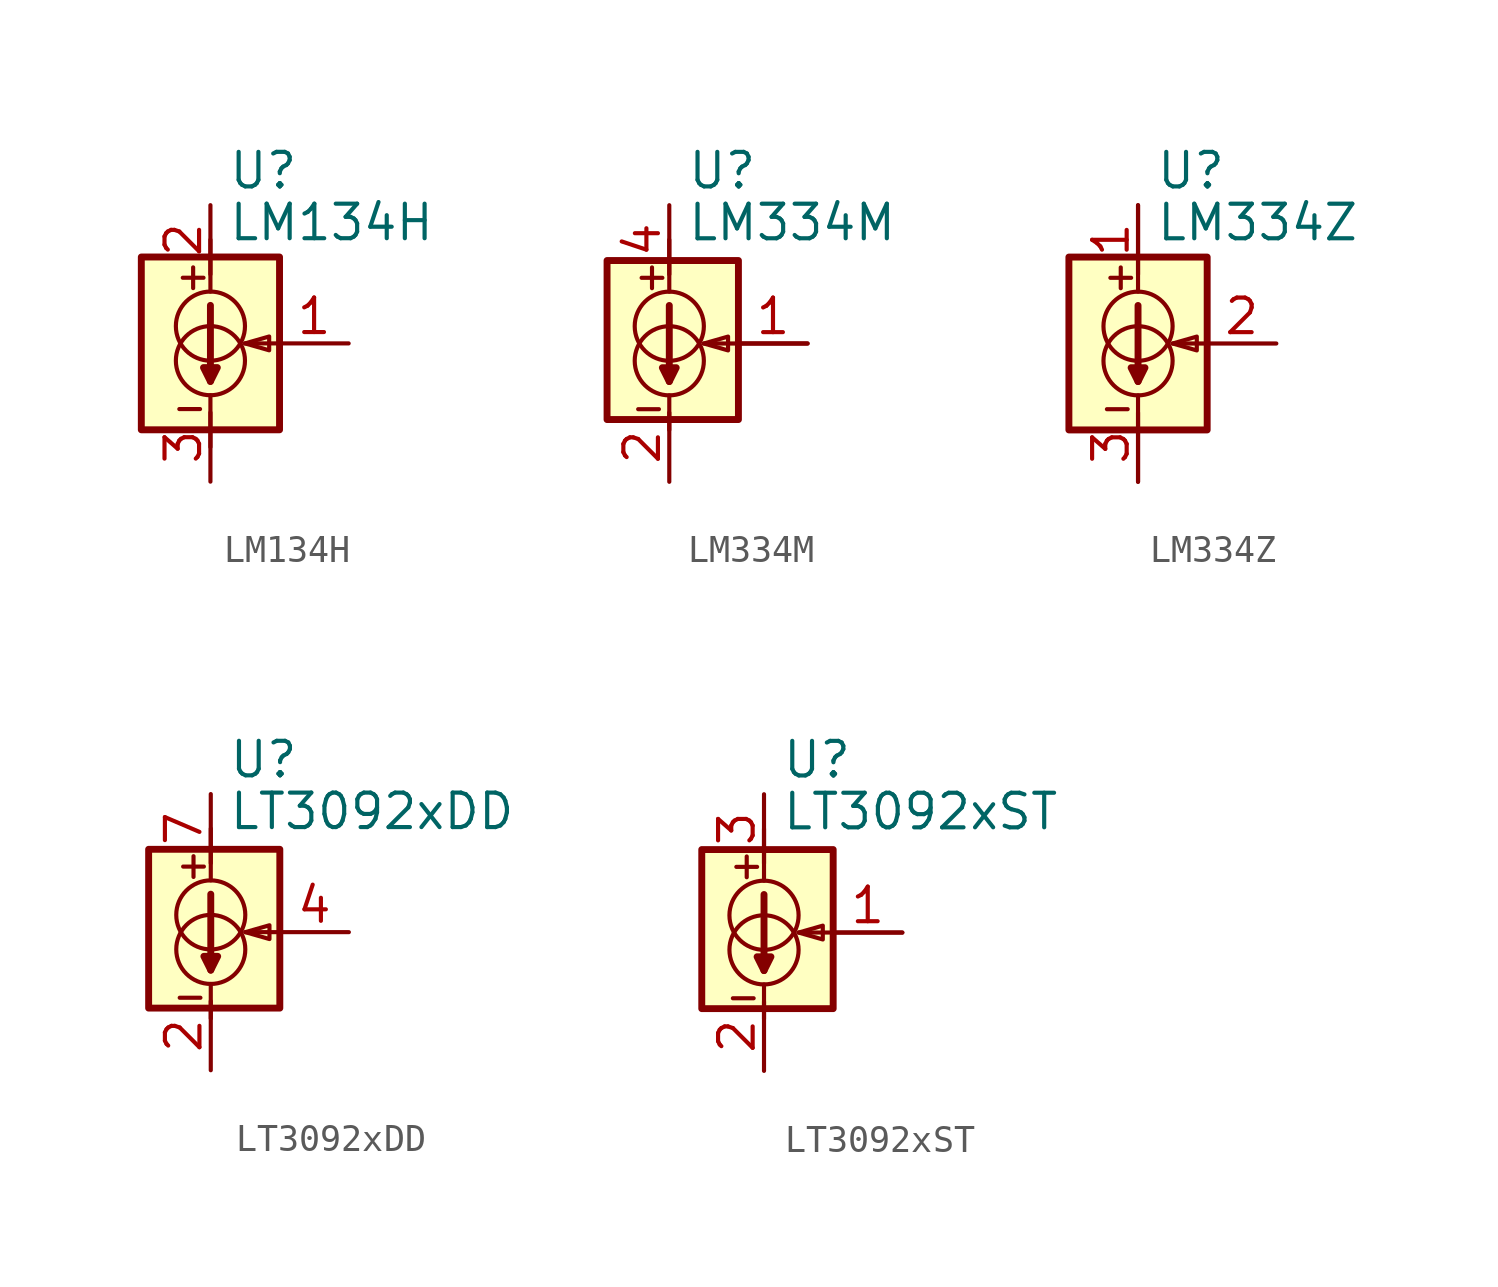
<source format=kicad_sym>
(kicad_symbol_lib
  (version 20201005)
  (generator kicad_symbol_editor)
  (symbol "LM134H"
    (property "Reference" "U"
      (at 0.635 6.35 0)
      (effects (font (size 1.27 1.27)) (justify left)))
    (property "Value" "LM134H"
      (at 0.635 4.445 0)
      (effects (font (size 1.27 1.27)) (justify left)))
    (symbol "LM134H_0_1"
      (circle (center 0 -0.635) (radius 1.27) (stroke (width 0)) (fill (type none)))
      (circle (center 0 0.635) (radius 1.27) (stroke (width 0)) (fill (type none)))
      (rectangle (start -2.54 3.175) (end 2.54 -3.175) (stroke (width 0.254)) (fill (type background)))
      (polyline (pts (xy -1.143 -2.413) (xy -0.381 -2.413)) (stroke (width 0)) (fill (type none)))
      (polyline (pts (xy -1.016 2.413) (xy -0.254 2.413)) (stroke (width 0)) (fill (type none)))
      (polyline (pts (xy -0.635 2.794) (xy -0.635 2.032)) (stroke (width 0)) (fill (type none)))
      (polyline (pts (xy 0 -1.905) (xy 0 -3.81)) (stroke (width 0)) (fill (type none)))
      (polyline (pts (xy 0 1.397) (xy 0 -1.397)) (stroke (width 0.254)) (fill (type none)))
      (polyline (pts (xy 0 3.81) (xy 0 1.905)) (stroke (width 0)) (fill (type none)))
      (polyline (pts (xy 2.54 0) (xy 1.27 0)) (stroke (width 0)) (fill (type none)))
      (polyline (pts (xy 0 -1.397) (xy -0.254 -0.889) (xy 0.254 -0.889) (xy 0 -1.397)) (stroke (width 0.254)) (fill (type none)))
      (polyline (pts (xy 1.27 0) (xy 2.159 0.254) (xy 2.159 -0.254) (xy 1.27 0)) (stroke (width 0)) (fill (type none))))
    (symbol "LM134H_1_1"
      (pin passive line (at 5.08 0 180) (length 2.54) (name "~" (effects (font (size 1.27 1.27)))) (number "1" (effects (font (size 1.27 1.27)))))
      (pin passive line (at 0 5.08 270) (length 2.54) (name "~" (effects (font (size 1.27 1.27)))) (number "2" (effects (font (size 1.27 1.27)))))
      (pin passive line (at 0 -5.08 90) (length 2.54) (name "~" (effects (font (size 1.27 1.27)))) (number "3" (effects (font (size 1.27 1.27)))))))
  (symbol "LM334M"
    (property "Reference" "U"
      (at 0.635 6.35 0)
      (effects (font (size 1.27 1.27)) (justify left)))
    (property "Value" "LM334M"
      (at 0.635 4.445 0)
      (effects (font (size 1.27 1.27)) (justify left)))
    (symbol "LM334M_0_1"
      (circle (center 0 -0.635) (radius 1.27) (stroke (width 0)) (fill (type none)))
      (circle (center 0 0.635) (radius 1.27) (stroke (width 0)) (fill (type none)))
      (rectangle (start -2.286 3.048) (end 2.54 -2.794) (stroke (width 0.254)) (fill (type background)))
      (polyline (pts (xy -1.143 -2.413) (xy -0.381 -2.413)) (stroke (width 0)) (fill (type none)))
      (polyline (pts (xy -1.016 2.413) (xy -0.254 2.413)) (stroke (width 0)) (fill (type none)))
      (polyline (pts (xy -0.635 2.794) (xy -0.635 2.032)) (stroke (width 0)) (fill (type none)))
      (polyline (pts (xy 0 -1.905) (xy 0 -3.175)) (stroke (width 0)) (fill (type none)))
      (polyline (pts (xy 0 1.397) (xy 0 -1.397)) (stroke (width 0.254)) (fill (type none)))
      (polyline (pts (xy 0 3.81) (xy 0 1.905)) (stroke (width 0)) (fill (type none)))
      (polyline (pts (xy 5.08 0) (xy 1.27 0)) (stroke (width 0)) (fill (type none)))
      (polyline (pts (xy 0 -1.397) (xy -0.254 -0.889) (xy 0.254 -0.889) (xy 0 -1.397)) (stroke (width 0.254)) (fill (type none)))
      (polyline (pts (xy 1.27 0) (xy 2.159 0.254) (xy 2.159 -0.254) (xy 1.27 0)) (stroke (width 0)) (fill (type none))))
    (symbol "LM334M_1_1"
      (pin passive line (at 5.08 0 180) (length 2.54) (name "~" (effects (font (size 1.27 1.27)))) (number "1" (effects (font (size 1.27 1.27)))))
      (pin passive line (at 0 -5.08 90) (length 2.54) (name "~" (effects (font (size 1.27 1.27)))) (number "2" (effects (font (size 1.27 1.27)))))
      (pin passive line (at 0 -5.08 90) (length 2.54) hide (name "~" (effects (font (size 1.27 1.27)))) (number "3" (effects (font (size 1.27 1.27)))))
      (pin passive line (at 0 5.08 270) (length 2.54) (name "~" (effects (font (size 1.27 1.27)))) (number "4" (effects (font (size 1.27 1.27)))))
      (pin passive line (at 0 -5.08 90) (length 2.54) hide (name "~" (effects (font (size 1.27 1.27)))) (number "6" (effects (font (size 1.27 1.27)))))
      (pin passive line (at 0 -5.08 90) (length 2.54) hide (name "~" (effects (font (size 1.27 1.27)))) (number "7" (effects (font (size 1.27 1.27)))))))
  (symbol "LM334Z"
    (property "Reference" "U"
      (at 0.635 6.35 0)
      (effects (font (size 1.27 1.27)) (justify left)))
    (property "Value" "LM334Z"
      (at 0.635 4.445 0)
      (effects (font (size 1.27 1.27)) (justify left)))
    (symbol "LM334Z_0_1"
      (circle (center 0 -0.635) (radius 1.27) (stroke (width 0)) (fill (type none)))
      (circle (center 0 0.635) (radius 1.27) (stroke (width 0)) (fill (type none)))
      (rectangle (start -2.54 3.175) (end 2.54 -3.175) (stroke (width 0.254)) (fill (type background)))
      (polyline (pts (xy -1.143 -2.413) (xy -0.381 -2.413)) (stroke (width 0)) (fill (type none)))
      (polyline (pts (xy -1.016 2.413) (xy -0.254 2.413)) (stroke (width 0)) (fill (type none)))
      (polyline (pts (xy -0.635 2.794) (xy -0.635 2.032)) (stroke (width 0)) (fill (type none)))
      (polyline (pts (xy 0 -1.905) (xy 0 -5.08)) (stroke (width 0)) (fill (type none)))
      (polyline (pts (xy 0 1.397) (xy 0 -1.397)) (stroke (width 0.254)) (fill (type none)))
      (polyline (pts (xy 0 5.08) (xy 0 1.905)) (stroke (width 0)) (fill (type none)))
      (polyline (pts (xy 2.54 0) (xy 1.27 0)) (stroke (width 0)) (fill (type none)))
      (polyline (pts (xy 0 -1.397) (xy -0.254 -0.889) (xy 0.254 -0.889) (xy 0 -1.397)) (stroke (width 0.254)) (fill (type none)))
      (polyline (pts (xy 1.27 0) (xy 2.159 0.254) (xy 2.159 -0.254) (xy 1.27 0)) (stroke (width 0)) (fill (type none))))
    (symbol "LM334Z_1_1"
      (pin passive line (at 0 5.08 270) (length 2.54) (name "~" (effects (font (size 1.27 1.27)))) (number "1" (effects (font (size 1.27 1.27)))))
      (pin passive line (at 5.08 0 180) (length 2.54) (name "~" (effects (font (size 1.27 1.27)))) (number "2" (effects (font (size 1.27 1.27)))))
      (pin passive line (at 0 -5.08 90) (length 2.54) (name "~" (effects (font (size 1.27 1.27)))) (number "3" (effects (font (size 1.27 1.27)))))))
  (symbol "LT3092xDD"
    (property "Reference" "U"
      (at 0.635 6.35 0)
      (effects (font (size 1.27 1.27)) (justify left)))
    (property "Value" "LT3092xDD"
      (at 0.635 4.445 0)
      (effects (font (size 1.27 1.27)) (justify left)))
    (symbol "LT3092xDD_0_1"
      (circle (center 0 -0.635) (radius 1.27) (stroke (width 0)) (fill (type none)))
      (circle (center 0 0.635) (radius 1.27) (stroke (width 0)) (fill (type none)))
      (rectangle (start -2.286 3.048) (end 2.54 -2.794) (stroke (width 0.254)) (fill (type background)))
      (polyline (pts (xy -1.143 -2.413) (xy -0.381 -2.413)) (stroke (width 0)) (fill (type none)))
      (polyline (pts (xy -1.016 2.413) (xy -0.254 2.413)) (stroke (width 0)) (fill (type none)))
      (polyline (pts (xy -0.635 2.794) (xy -0.635 2.032)) (stroke (width 0)) (fill (type none)))
      (polyline (pts (xy 0 -1.905) (xy 0 -3.175)) (stroke (width 0)) (fill (type none)))
      (polyline (pts (xy 0 1.397) (xy 0 -1.397)) (stroke (width 0.254)) (fill (type none)))
      (polyline (pts (xy 0 3.81) (xy 0 1.905)) (stroke (width 0)) (fill (type none)))
      (polyline (pts (xy 2.54 0) (xy 1.27 0)) (stroke (width 0)) (fill (type none)))
      (polyline (pts (xy 0 -1.397) (xy -0.254 -0.889) (xy 0.254 -0.889) (xy 0 -1.397)) (stroke (width 0.254)) (fill (type none)))
      (polyline (pts (xy 1.27 0) (xy 2.159 0.254) (xy 2.159 -0.254) (xy 1.27 0)) (stroke (width 0)) (fill (type none))))
    (symbol "LT3092xDD_1_1"
      (pin passive line (at 0 -5.08 90) (length 2.54) hide (name "~" (effects (font (size 1.27 1.27)))) (number "1" (effects (font (size 1.27 1.27)))))
      (pin passive line (at 0 -5.08 90) (length 2.54) (name "~" (effects (font (size 1.27 1.27)))) (number "2" (effects (font (size 1.27 1.27)))))
      (pin no_connect line (at -1.27 2.54 0) (length 2.54) hide (name "NC" (effects (font (size 1.27 1.27)))) (number "3" (effects (font (size 1.27 1.27)))))
      (pin passive line (at 5.08 0 180) (length 2.54) (name "~" (effects (font (size 1.27 1.27)))) (number "4" (effects (font (size 1.27 1.27)))))
      (pin no_connect line (at -1.27 0 0) (length 2.54) hide (name "NC" (effects (font (size 1.27 1.27)))) (number "5" (effects (font (size 1.27 1.27)))))
      (pin no_connect line (at -1.27 -2.54 0) (length 2.54) hide (name "NC" (effects (font (size 1.27 1.27)))) (number "6" (effects (font (size 1.27 1.27)))))
      (pin passive line (at 0 5.08 270) (length 2.54) (name "~" (effects (font (size 1.27 1.27)))) (number "7" (effects (font (size 1.27 1.27)))))
      (pin passive line (at 0 5.08 270) (length 2.54) hide (name "~" (effects (font (size 1.27 1.27)))) (number "8" (effects (font (size 1.27 1.27)))))
      (pin passive line (at 0 -5.08 90) (length 2.54) hide (name "~" (effects (font (size 1.27 1.27)))) (number "9" (effects (font (size 1.27 1.27)))))))
  (symbol "LT3092xST"
    (property "Reference" "U"
      (at 0.635 6.35 0)
      (effects (font (size 1.27 1.27)) (justify left)))
    (property "Value" "LT3092xST"
      (at 0.635 4.445 0)
      (effects (font (size 1.27 1.27)) (justify left)))
    (symbol "LT3092xST_0_1"
      (circle (center 0 -0.635) (radius 1.27) (stroke (width 0)) (fill (type none)))
      (circle (center 0 0.635) (radius 1.27) (stroke (width 0)) (fill (type none)))
      (rectangle (start -2.286 3.048) (end 2.54 -2.794) (stroke (width 0.254)) (fill (type background)))
      (polyline (pts (xy -1.143 -2.413) (xy -0.381 -2.413)) (stroke (width 0)) (fill (type none)))
      (polyline (pts (xy -1.016 2.413) (xy -0.254 2.413)) (stroke (width 0)) (fill (type none)))
      (polyline (pts (xy -0.635 2.794) (xy -0.635 2.032)) (stroke (width 0)) (fill (type none)))
      (polyline (pts (xy 0 -1.905) (xy 0 -3.175)) (stroke (width 0)) (fill (type none)))
      (polyline (pts (xy 0 1.397) (xy 0 -1.397)) (stroke (width 0.254)) (fill (type none)))
      (polyline (pts (xy 0 3.81) (xy 0 1.905)) (stroke (width 0)) (fill (type none)))
      (polyline (pts (xy 5.08 0) (xy 1.27 0)) (stroke (width 0)) (fill (type none)))
      (polyline (pts (xy 0 -1.397) (xy -0.254 -0.889) (xy 0.254 -0.889) (xy 0 -1.397)) (stroke (width 0.254)) (fill (type none)))
      (polyline (pts (xy 1.27 0) (xy 2.159 0.254) (xy 2.159 -0.254) (xy 1.27 0)) (stroke (width 0)) (fill (type none))))
    (symbol "LT3092xST_1_1"
      (pin passive line (at 5.08 0 180) (length 2.54) (name "~" (effects (font (size 1.27 1.27)))) (number "1" (effects (font (size 1.27 1.27)))))
      (pin passive line (at 0 -5.08 90) (length 2.54) (name "~" (effects (font (size 1.27 1.27)))) (number "2" (effects (font (size 1.27 1.27)))))
      (pin passive line (at 0 5.08 270) (length 2.54) (name "~" (effects (font (size 1.27 1.27)))) (number "3" (effects (font (size 1.27 1.27))))))))
</source>
